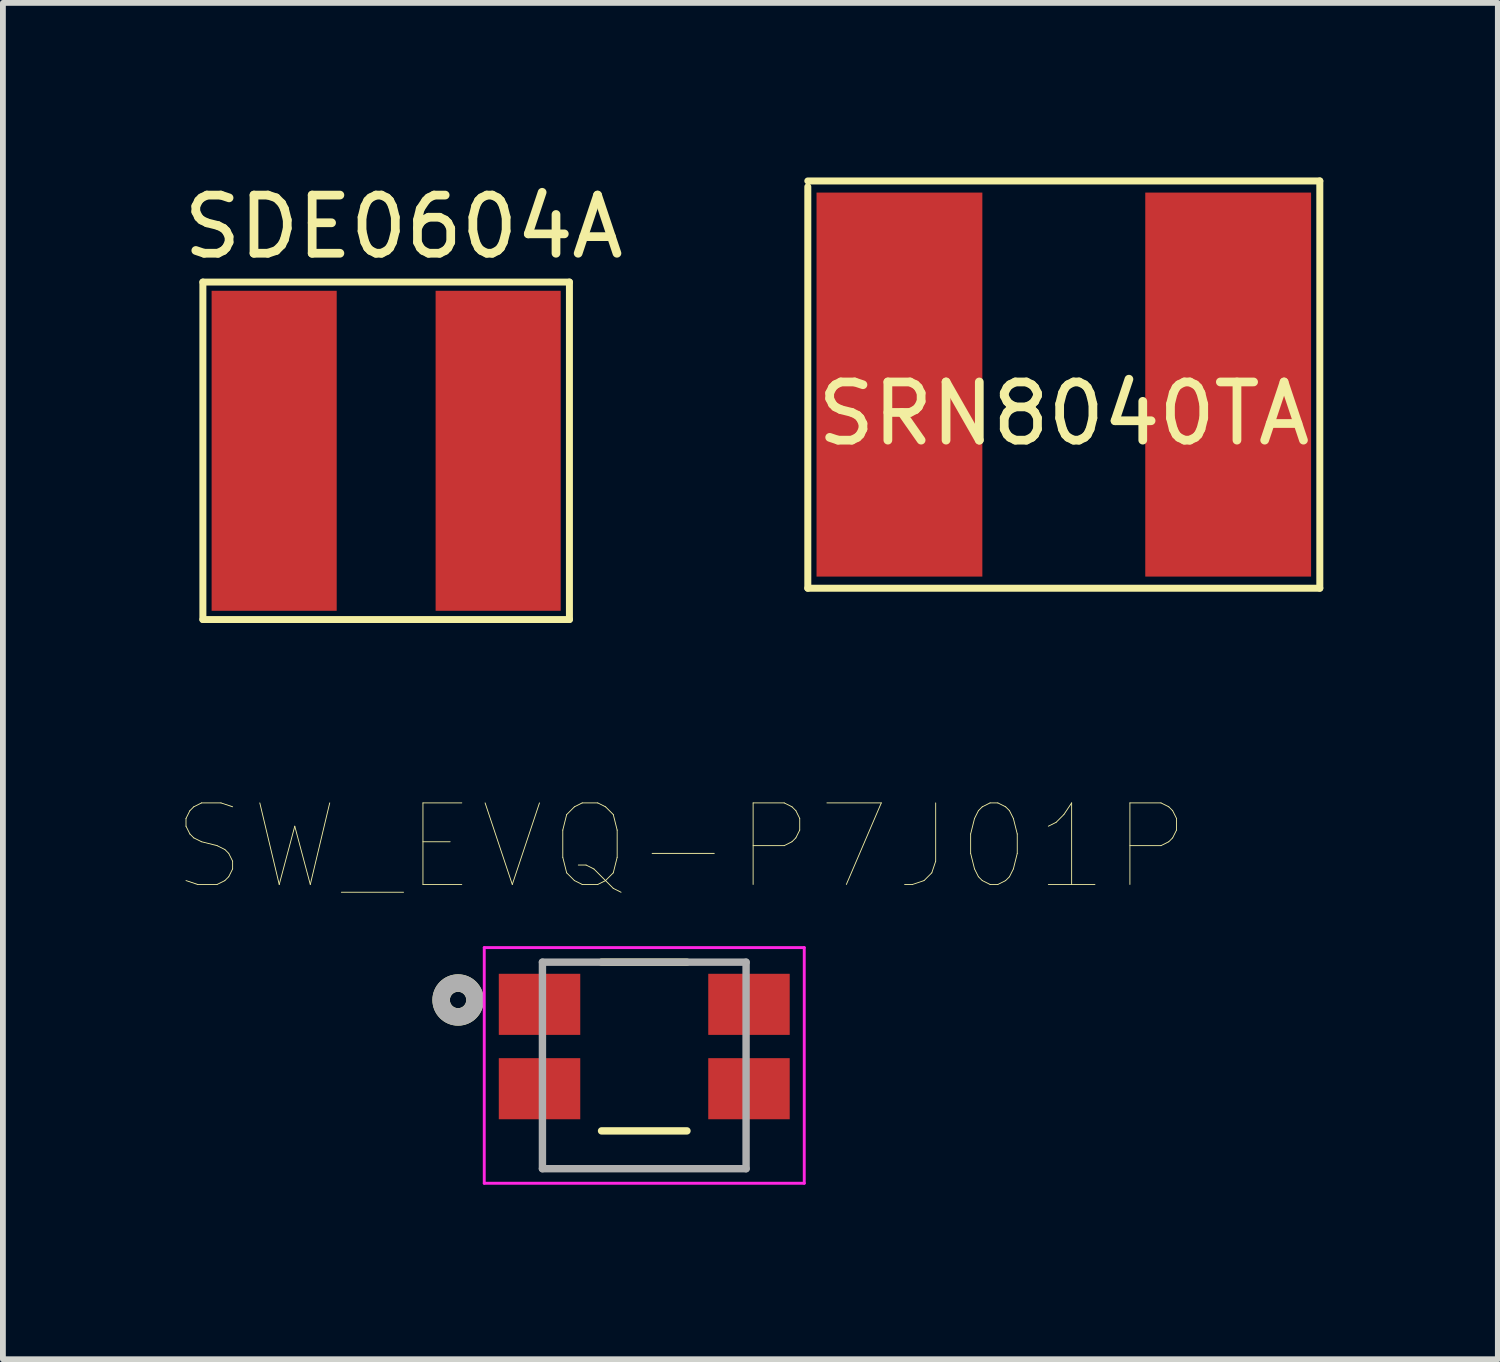
<source format=kicad_pcb>
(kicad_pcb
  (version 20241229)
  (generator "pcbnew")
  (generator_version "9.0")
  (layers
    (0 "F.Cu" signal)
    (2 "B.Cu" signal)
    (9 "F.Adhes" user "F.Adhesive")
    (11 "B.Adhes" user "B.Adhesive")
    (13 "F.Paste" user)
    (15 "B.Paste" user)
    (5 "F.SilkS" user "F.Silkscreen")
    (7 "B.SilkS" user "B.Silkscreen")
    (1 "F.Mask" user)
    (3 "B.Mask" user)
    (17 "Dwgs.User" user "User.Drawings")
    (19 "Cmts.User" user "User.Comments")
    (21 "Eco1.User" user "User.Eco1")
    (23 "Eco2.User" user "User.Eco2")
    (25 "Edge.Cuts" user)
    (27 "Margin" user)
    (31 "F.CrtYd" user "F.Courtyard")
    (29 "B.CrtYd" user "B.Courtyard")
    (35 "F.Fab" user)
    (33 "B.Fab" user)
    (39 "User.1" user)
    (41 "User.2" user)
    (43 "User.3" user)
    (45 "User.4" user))
  (footprint "SRN8040TA"
    (layer "F.Cu")
    (at 15.234 3.56)
    (property "Reference" "SRN8040TA" (at 0 0.5 0) (layer "F.SilkS") (effects (font (size 1 1) (thickness 0.15))))
    (attr through_hole)
    (fp_line (start -4.4 -3.5) (end 4.4 -3.5) (stroke (width 0.12) (type solid)) (layer "F.SilkS"))
    (fp_line (start -4.4 3.5) (end -4.4 -3.4) (stroke (width 0.12) (type solid)) (layer "F.SilkS"))
    (fp_line (start 4.4 -3.5) (end 4.4 3.5) (stroke (width 0.12) (type solid)) (layer "F.SilkS"))
    (fp_line (start 4.4 3.5) (end -4.4 3.5) (stroke (width 0.12) (type solid)) (layer "F.SilkS"))
    (pad "1" smd rect (at -2.825 0) (size 2.85 6.6) (layers "F.Cu" "F.Mask" "F.Paste"))
    (pad "2" smd rect (at 2.825 0) (size 2.85 6.6) (layers "F.Cu" "F.Mask" "F.Paste")))
  (footprint "SW_EVQ-P7J01P"
    (layer "F.Cu")
    (at 8.023 14.937)
    (property "Reference" "SW_EVQ-P7J01P" (at 0.636 -3.433 0) (layer "F.SilkS") (effects (font (size 1.402 1.402) (thickness 0.015))))
    (attr through_hole)
    (fp_line (start -0.734 -1.45) (end 0.734 -1.45) (stroke (width 0.127) (type solid)) (layer "F.SilkS"))
    (fp_line (start 0.734 1.45) (end -0.734 1.45) (stroke (width 0.127) (type solid)) (layer "F.SilkS"))
    (fp_circle (center -3.2 -0.8) (end -3.059 -0.8) (stroke (width 0.3) (type solid)) (fill no) (layer "F.SilkS"))
    (fp_line (start -2.75 -1.7) (end 2.75 -1.7) (stroke (width 0.05) (type solid)) (layer "F.CrtYd"))
    (fp_line (start -2.75 2.35) (end -2.75 -1.7) (stroke (width 0.05) (type solid)) (layer "F.CrtYd"))
    (fp_line (start 2.75 -1.7) (end 2.75 2.35) (stroke (width 0.05) (type solid)) (layer "F.CrtYd"))
    (fp_line (start 2.75 2.35) (end -2.75 2.35) (stroke (width 0.05) (type solid)) (layer "F.CrtYd"))
    (fp_line (start -1.75 -1.45) (end 1.75 -1.45) (stroke (width 0.127) (type solid)) (layer "F.Fab"))
    (fp_line (start -1.75 2.1) (end -1.75 -1.45) (stroke (width 0.127) (type solid)) (layer "F.Fab"))
    (fp_line (start 1.75 -1.45) (end 1.75 2.1) (stroke (width 0.127) (type solid)) (layer "F.Fab"))
    (fp_line (start 1.75 2.1) (end -1.75 2.1) (stroke (width 0.127) (type solid)) (layer "F.Fab"))
    (fp_circle (center -3.2 -0.8) (end -3.059 -0.8) (stroke (width 0.3) (type solid)) (fill no) (layer "F.Fab"))
    (pad "1_1" smd rect (at -1.8 -0.725) (size 1.4 1.05) (layers "F.Cu" "F.Mask" "F.Paste"))
    (pad "1_2" smd rect (at 1.8 -0.725) (size 1.4 1.05) (layers "F.Cu" "F.Mask" "F.Paste"))
    (pad "2_1" smd rect (at -1.8 0.725) (size 1.4 1.05) (layers "F.Cu" "F.Mask" "F.Paste"))
    (pad "2_2" smd rect (at 1.8 0.725) (size 1.4 1.05) (layers "F.Cu" "F.Mask" "F.Paste")))
  (footprint "SDE0604A"
    (layer "F.Cu")
    (at 3.587 4.698)
    (property "Reference" "SDE0604A" (at 0.3 -3.85 0) (layer "F.SilkS") (effects (font (size 1 1) (thickness 0.15))))
    (attr through_hole)
    (fp_line (start -3.15 -2.9) (end 3.15 -2.9) (stroke (width 0.12) (type solid)) (layer "F.SilkS"))
    (fp_line (start -3.15 2.9) (end -3.15 -2.9) (stroke (width 0.12) (type solid)) (layer "F.SilkS"))
    (fp_line (start 3.15 -2.9) (end 3.15 2.9) (stroke (width 0.12) (type solid)) (layer "F.SilkS"))
    (fp_line (start 3.15 2.9) (end -3.15 2.9) (stroke (width 0.12) (type solid)) (layer "F.SilkS"))
    (pad "1" smd rect (at -1.925 0) (size 2.15 5.5) (layers "F.Cu" "F.Mask" "F.Paste"))
    (pad "2" smd rect (at 1.925 0) (size 2.15 5.5) (layers "F.Cu" "F.Mask" "F.Paste")))
  (gr_rect
    (start -3 -3)
    (end 22.694 20.312)
    (stroke (width 0.1) (type default))
    (fill no)
    (layer "Edge.Cuts")))
</source>
